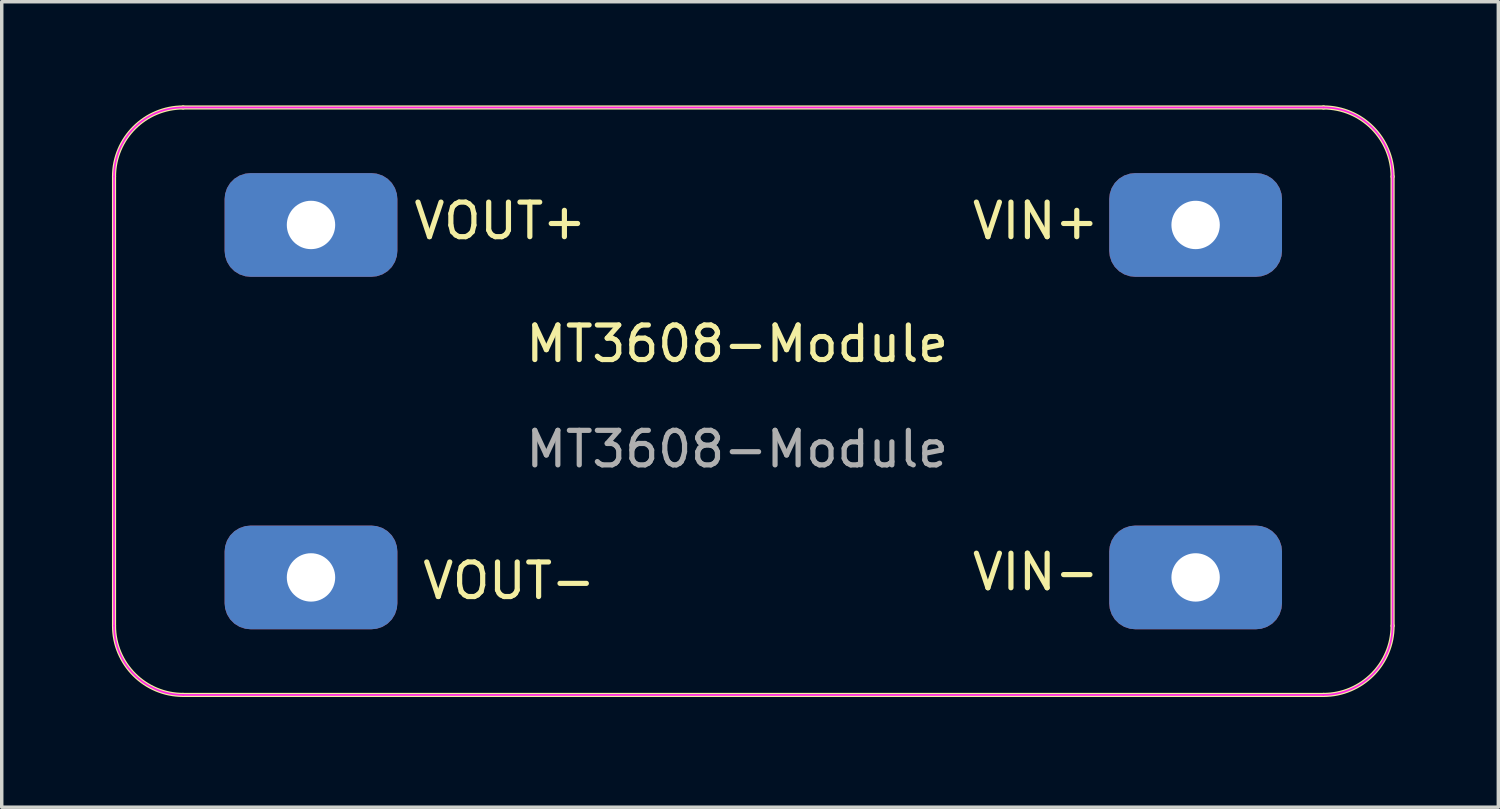
<source format=kicad_pcb>
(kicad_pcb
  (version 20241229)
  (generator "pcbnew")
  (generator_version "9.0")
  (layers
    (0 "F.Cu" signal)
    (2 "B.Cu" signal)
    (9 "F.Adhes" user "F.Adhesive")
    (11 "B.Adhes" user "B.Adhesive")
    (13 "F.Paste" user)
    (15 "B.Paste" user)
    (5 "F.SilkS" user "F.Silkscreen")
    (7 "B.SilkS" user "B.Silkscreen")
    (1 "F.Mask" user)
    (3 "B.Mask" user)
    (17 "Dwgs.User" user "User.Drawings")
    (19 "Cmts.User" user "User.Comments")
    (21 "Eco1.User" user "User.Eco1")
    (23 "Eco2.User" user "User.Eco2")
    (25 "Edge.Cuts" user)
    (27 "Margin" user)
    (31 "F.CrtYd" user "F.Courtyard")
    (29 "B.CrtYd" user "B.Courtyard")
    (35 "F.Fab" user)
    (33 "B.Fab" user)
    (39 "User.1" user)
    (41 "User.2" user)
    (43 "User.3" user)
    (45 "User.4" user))
  (footprint "MT3608-Module"
    (layer "F.Cu")
    (at 0.25 17.06)
    (property "Reference" "MT3608-Module" (at 18.034 -10.16 0) (unlocked yes) (layer "F.SilkS") (effects (font (size 1 1) (thickness 0.15))))
    (attr smd)
    (fp_line (start 0 -15) (end 0 -2) (stroke (width 0.12) (type solid)) (layer "F.SilkS"))
    (fp_line (start 2 0) (end 35 0) (stroke (width 0.12) (type solid)) (layer "F.SilkS"))
    (fp_line (start 35 -17) (end 2 -17) (stroke (width 0.12) (type solid)) (layer "F.SilkS"))
    (fp_line (start 37 -2) (end 37 -15) (stroke (width 0.12) (type solid)) (layer "F.SilkS"))
    (fp_arc (start 0 -15) (mid 0.585786 -16.414214) (end 2 -17) (stroke (width 0.12) (type solid)) (layer "F.SilkS"))
    (fp_arc (start 2 0) (mid 0.585786 -0.585786) (end 0 -2) (stroke (width 0.12) (type solid)) (layer "F.SilkS"))
    (fp_arc (start 35 -17) (mid 36.414214 -16.414214) (end 37 -15) (stroke (width 0.12) (type solid)) (layer "F.SilkS"))
    (fp_arc (start 37 -2) (mid 36.414214 -0.585786) (end 35 0) (stroke (width 0.12) (type solid)) (layer "F.SilkS"))
    (fp_line (start 0 -2) (end 0 -15) (stroke (width 0.05) (type solid)) (layer "F.CrtYd"))
    (fp_line (start 2 -17) (end 35 -17) (stroke (width 0.05) (type solid)) (layer "F.CrtYd"))
    (fp_line (start 35 0) (end 2 0) (stroke (width 0.05) (type solid)) (layer "F.CrtYd"))
    (fp_line (start 37 -15) (end 37 -2) (stroke (width 0.05) (type solid)) (layer "F.CrtYd"))
    (fp_arc (start 0 -15) (mid 0.585786 -16.414214) (end 2 -17) (stroke (width 0.05) (type solid)) (layer "F.CrtYd"))
    (fp_arc (start 2 0) (mid 0.585786 -0.585786) (end 0 -2) (stroke (width 0.05) (type solid)) (layer "F.CrtYd"))
    (fp_arc (start 35 -17) (mid 36.414214 -16.414214) (end 37 -15) (stroke (width 0.05) (type solid)) (layer "F.CrtYd"))
    (fp_arc (start 37 -2) (mid 36.414214 -0.585786) (end 35 0) (stroke (width 0.05) (type solid)) (layer "F.CrtYd"))
    (fp_text user "VIN-" (at 26.67 -3.556 0) (unlocked yes) (layer "F.SilkS") (effects (font (size 1 1) (thickness 0.15))))
    (fp_text user "VOUT+" (at 11.176 -13.716 0) (unlocked yes) (layer "F.SilkS") (effects (font (size 1 1) (thickness 0.15))))
    (fp_text user "VOUT-" (at 11.43 -3.302 0) (unlocked yes) (layer "F.SilkS") (effects (font (size 1 1) (thickness 0.15))))
    (fp_text user "VIN+" (at 26.67 -13.716 0) (unlocked yes) (layer "F.SilkS") (effects (font (size 1 1) (thickness 0.15))))
    (fp_text user "${REFERENCE}" (at 18.034 -7.112 0) (unlocked yes) (layer "F.Fab") (effects (font (size 1 1) (thickness 0.15))))
    (pad "1" thru_hole roundrect (at 31.3 -13.6) (size 5 3) (drill 1.4) (layers "*.Cu" "*.Mask") (roundrect_rratio 0.25))
    (pad "2" thru_hole roundrect (at 31.3 -3.4) (size 5 3) (drill 1.4) (layers "*.Cu" "*.Mask") (roundrect_rratio 0.25))
    (pad "3" thru_hole roundrect (at 5.7 -13.6) (size 5 3) (drill 1.4) (layers "*.Cu" "*.Mask") (roundrect_rratio 0.25))
    (pad "4" thru_hole roundrect (at 5.7 -3.4) (size 5 3) (drill 1.4) (layers "*.Cu" "*.Mask") (roundrect_rratio 0.25)))
  (gr_rect
    (start -3 -3)
    (end 40.31 20.31)
    (stroke (width 0.1) (type default))
    (fill no)
    (layer "Edge.Cuts")))
</source>
